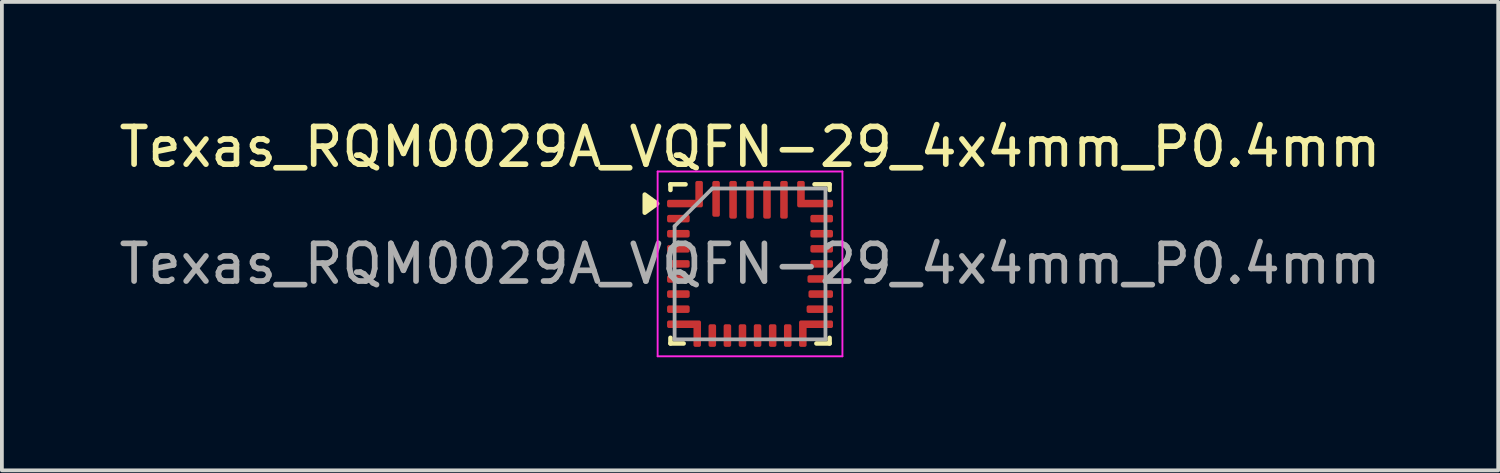
<source format=kicad_pcb>
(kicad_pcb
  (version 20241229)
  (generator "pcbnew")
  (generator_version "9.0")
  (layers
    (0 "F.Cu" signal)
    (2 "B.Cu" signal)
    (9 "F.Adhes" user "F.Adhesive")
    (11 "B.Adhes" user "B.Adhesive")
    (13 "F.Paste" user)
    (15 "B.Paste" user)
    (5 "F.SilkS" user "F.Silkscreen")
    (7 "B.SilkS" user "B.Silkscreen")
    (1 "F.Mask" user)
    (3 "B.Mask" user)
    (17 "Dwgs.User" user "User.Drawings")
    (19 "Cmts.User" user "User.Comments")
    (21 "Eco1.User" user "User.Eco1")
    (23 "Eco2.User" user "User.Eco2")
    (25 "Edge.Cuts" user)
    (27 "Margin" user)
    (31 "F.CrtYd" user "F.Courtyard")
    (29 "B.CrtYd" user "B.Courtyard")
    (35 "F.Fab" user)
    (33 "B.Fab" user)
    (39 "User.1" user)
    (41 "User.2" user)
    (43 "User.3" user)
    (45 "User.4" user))
  (footprint "Texas_RQM0029A_VQFN-29_4x4mm_P0.4mm"
    (layer "F.Cu")
    (at 16.839 3.948)
    (property "Reference" "Texas_RQM0029A_VQFN-29_4x4mm_P0.4mm" (at 0 -3.1 0) (layer "F.SilkS") (effects (font (size 1 1) (thickness 0.15))))
    (attr smd)
    (fp_line (start -2.11 -2.11) (end -1.71 -2.11) (stroke (width 0.12) (type solid)) (layer "F.SilkS"))
    (fp_line (start -2.11 -1.96) (end -2.11 -2.11) (stroke (width 0.12) (type solid)) (layer "F.SilkS"))
    (fp_line (start -2.11 1.96) (end -2.11 2.11) (stroke (width 0.12) (type solid)) (layer "F.SilkS"))
    (fp_line (start -2.11 2.11) (end -1.76 2.11) (stroke (width 0.12) (type solid)) (layer "F.SilkS"))
    (fp_line (start 2.11 -2.11) (end 1.71 -2.11) (stroke (width 0.12) (type solid)) (layer "F.SilkS"))
    (fp_line (start 2.11 -1.96) (end 2.11 -2.11) (stroke (width 0.12) (type solid)) (layer "F.SilkS"))
    (fp_line (start 2.11 1.96) (end 2.11 2.11) (stroke (width 0.12) (type solid)) (layer "F.SilkS"))
    (fp_line (start 2.11 2.11) (end 1.76 2.11) (stroke (width 0.12) (type solid)) (layer "F.SilkS"))
    (fp_poly (pts (xy -2.462 -1.598) (xy -2.792 -1.358) (xy -2.792 -1.838)) (stroke (width 0.12) (type solid)) (fill yes) (layer "F.SilkS"))
    (fp_line (start -2.45 -2.45) (end -2.45 2.45) (stroke (width 0.05) (type solid)) (layer "F.CrtYd"))
    (fp_line (start -2.45 2.45) (end 2.45 2.45) (stroke (width 0.05) (type solid)) (layer "F.CrtYd"))
    (fp_line (start 2.45 -2.45) (end -2.45 -2.45) (stroke (width 0.05) (type solid)) (layer "F.CrtYd"))
    (fp_line (start 2.45 2.45) (end 2.45 -2.45) (stroke (width 0.05) (type solid)) (layer "F.CrtYd"))
    (fp_line (start -2 -1) (end -1 -2) (stroke (width 0.1) (type solid)) (layer "F.Fab"))
    (fp_line (start -2 2) (end -2 -1) (stroke (width 0.1) (type solid)) (layer "F.Fab"))
    (fp_line (start -1 -2) (end 2 -2) (stroke (width 0.1) (type solid)) (layer "F.Fab"))
    (fp_line (start 2 -2) (end 2 2) (stroke (width 0.1) (type solid)) (layer "F.Fab"))
    (fp_line (start 2 2) (end -2 2) (stroke (width 0.1) (type solid)) (layer "F.Fab"))
    (fp_text user "${REFERENCE}" (at 0 0 0) (unlocked yes) (layer "F.Fab") (effects (font (size 1 1) (thickness 0.15))))
    (pad "1" smd custom (at -1.9 -1.6) (size 0.15 0.15) (layers "F.Cu" "F.Mask" "F.Paste") (options (anchor rect)) (primitives (gr_poly (pts (xy 0.45 -0.1) (xy -0.25 -0.1) (xy -0.253 -0.1) (xy -0.255 -0.1) (xy -0.258 -0.099) (xy -0.26 -0.099) (xy -0.263 -0.098) (xy -0.265 -0.098) (xy -0.268 -0.097) (xy -0.27 -0.096) (xy -0.273 -0.095) (xy -0.275 -0.093) (xy -0.277 -0.092) (xy -0.279 -0.09) (xy -0.281 -0.089) (xy -0.283 -0.087) (xy -0.285 -0.085) (xy -0.287 -0.083) (xy -0.289 -0.081) (xy -0.29 -0.079) (xy -0.292 -0.077) (xy -0.293 -0.075) (xy -0.295 -0.073) (xy -0.296 -0.07) (xy -0.297 -0.068) (xy -0.298 -0.065) (xy -0.298 -0.063) (xy -0.299 -0.06) (xy -0.299 -0.058) (xy -0.3 -0.055) (xy -0.3 -0.053) (xy -0.3 -0.05) (xy -0.3 0.05) (xy -0.3 0.053) (xy -0.3 0.055) (xy -0.299 0.058) (xy -0.299 0.06) (xy -0.298 0.063) (xy -0.298 0.065) (xy -0.297 0.068) (xy -0.296 0.07) (xy -0.295 0.073) (xy -0.293 0.075) (xy -0.292 0.077) (xy -0.29 0.079) (xy -0.289 0.081) (xy -0.287 0.083) (xy -0.285 0.085) (xy -0.283 0.087) (xy -0.281 0.089) (xy -0.279 0.09) (xy -0.277 0.092) (xy -0.275 0.093) (xy -0.273 0.095) (xy -0.27 0.096) (xy -0.268 0.097) (xy -0.265 0.098) (xy -0.263 0.098) (xy -0.26 0.099) (xy -0.258 0.099) (xy -0.255 0.1) (xy -0.253 0.1) (xy -0.25 0.1) (xy 0.6 0.1) (xy 0.603 0.1) (xy 0.605 0.1) (xy 0.608 0.099) (xy 0.61 0.099) (xy 0.613 0.098) (xy 0.615 0.098) (xy 0.618 0.097) (xy 0.62 0.096) (xy 0.623 0.095) (xy 0.625 0.093) (xy 0.627 0.092) (xy 0.629 0.09) (xy 0.631 0.089) (xy 0.633 0.087) (xy 0.635 0.085) (xy 0.637 0.083) (xy 0.639 0.081) (xy 0.64 0.079) (xy 0.642 0.077) (xy 0.643 0.075) (xy 0.645 0.073) (xy 0.646 0.07) (xy 0.647 0.068) (xy 0.648 0.065) (xy 0.648 0.063) (xy 0.649 0.06) (xy 0.649 0.058) (xy 0.65 0.055) (xy 0.65 0.053) (xy 0.65 0.05) (xy 0.65 -0.55) (xy 0.65 -0.553) (xy 0.65 -0.555) (xy 0.649 -0.558) (xy 0.649 -0.56) (xy 0.648 -0.563) (xy 0.648 -0.565) (xy 0.647 -0.568) (xy 0.646 -0.57) (xy 0.645 -0.573) (xy 0.643 -0.575) (xy 0.642 -0.577) (xy 0.64 -0.579) (xy 0.639 -0.581) (xy 0.637 -0.583) (xy 0.635 -0.585) (xy 0.633 -0.587) (xy 0.631 -0.589) (xy 0.629 -0.59) (xy 0.627 -0.592) (xy 0.625 -0.593) (xy 0.623 -0.595) (xy 0.62 -0.596) (xy 0.618 -0.597) (xy 0.615 -0.598) (xy 0.613 -0.598) (xy 0.61 -0.599) (xy 0.608 -0.599) (xy 0.605 -0.6) (xy 0.603 -0.6) (xy 0.6 -0.6) (xy 0.5 -0.6) (xy 0.497 -0.6) (xy 0.495 -0.6) (xy 0.492 -0.599) (xy 0.49 -0.599) (xy 0.487 -0.598) (xy 0.485 -0.598) (xy 0.482 -0.597) (xy 0.48 -0.596) (xy 0.477 -0.595) (xy 0.475 -0.593) (xy 0.473 -0.592) (xy 0.471 -0.59) (xy 0.469 -0.589) (xy 0.467 -0.587) (xy 0.465 -0.585) (xy 0.463 -0.583) (xy 0.461 -0.581) (xy 0.46 -0.579) (xy 0.458 -0.577) (xy 0.457 -0.575) (xy 0.455 -0.573) (xy 0.454 -0.57) (xy 0.453 -0.568) (xy 0.452 -0.565) (xy 0.452 -0.563) (xy 0.451 -0.56) (xy 0.451 -0.558) (xy 0.45 -0.555) (xy 0.45 -0.553) (xy 0.45 -0.55) (xy 0.45 -0.1)) (width 0) (fill yes))))
    (pad "2" smd roundrect (at -1.9 -1.2) (size 0.6 0.2) (layers "F.Cu" "F.Mask" "F.Paste") (roundrect_rratio 0.25))
    (pad "3" smd roundrect (at -1.9 -0.8) (size 0.6 0.2) (layers "F.Cu" "F.Mask" "F.Paste") (roundrect_rratio 0.25))
    (pad "4" smd roundrect (at -1.9 -0.4) (size 0.6 0.2) (layers "F.Cu" "F.Mask" "F.Paste") (roundrect_rratio 0.25))
    (pad "5" smd roundrect (at -1.9 0) (size 0.6 0.2) (layers "F.Cu" "F.Mask" "F.Paste") (roundrect_rratio 0.25))
    (pad "6" smd roundrect (at -1.9 0.4) (size 0.6 0.2) (layers "F.Cu" "F.Mask" "F.Paste") (roundrect_rratio 0.25))
    (pad "7" smd roundrect (at -1.9 0.8) (size 0.6 0.2) (layers "F.Cu" "F.Mask" "F.Paste") (roundrect_rratio 0.25))
    (pad "8" smd roundrect (at -1.9 1.2) (size 0.6 0.2) (layers "F.Cu" "F.Mask" "F.Paste") (roundrect_rratio 0.25))
    (pad "9" smd custom (at -1.4 1.85) (size 0.15 0.15) (layers "F.Cu" "F.Mask" "F.Paste") (options (anchor rect)) (primitives (gr_poly (pts (xy -0.1 -0.15) (xy -0.75 -0.15) (xy -0.753 -0.15) (xy -0.755 -0.15) (xy -0.758 -0.151) (xy -0.76 -0.151) (xy -0.763 -0.152) (xy -0.765 -0.152) (xy -0.768 -0.153) (xy -0.77 -0.154) (xy -0.773 -0.155) (xy -0.775 -0.157) (xy -0.777 -0.158) (xy -0.779 -0.16) (xy -0.781 -0.161) (xy -0.783 -0.163) (xy -0.785 -0.165) (xy -0.787 -0.167) (xy -0.789 -0.169) (xy -0.79 -0.171) (xy -0.792 -0.173) (xy -0.793 -0.175) (xy -0.795 -0.177) (xy -0.796 -0.18) (xy -0.797 -0.182) (xy -0.798 -0.185) (xy -0.798 -0.187) (xy -0.799 -0.19) (xy -0.799 -0.192) (xy -0.8 -0.195) (xy -0.8 -0.197) (xy -0.8 -0.2) (xy -0.8 -0.3) (xy -0.8 -0.303) (xy -0.8 -0.305) (xy -0.799 -0.308) (xy -0.799 -0.31) (xy -0.798 -0.313) (xy -0.798 -0.315) (xy -0.797 -0.318) (xy -0.796 -0.32) (xy -0.795 -0.323) (xy -0.793 -0.325) (xy -0.792 -0.327) (xy -0.79 -0.329) (xy -0.789 -0.331) (xy -0.787 -0.333) (xy -0.785 -0.335) (xy -0.783 -0.337) (xy -0.781 -0.339) (xy -0.779 -0.34) (xy -0.777 -0.342) (xy -0.775 -0.343) (xy -0.773 -0.345) (xy -0.77 -0.346) (xy -0.768 -0.347) (xy -0.765 -0.348) (xy -0.763 -0.348) (xy -0.76 -0.349) (xy -0.758 -0.349) (xy -0.755 -0.35) (xy -0.753 -0.35) (xy -0.75 -0.35) (xy 0.05 -0.35) (xy 0.053 -0.35) (xy 0.055 -0.35) (xy 0.058 -0.349) (xy 0.06 -0.349) (xy 0.063 -0.348) (xy 0.065 -0.348) (xy 0.068 -0.347) (xy 0.07 -0.346) (xy 0.073 -0.345) (xy 0.075 -0.343) (xy 0.077 -0.342) (xy 0.079 -0.34) (xy 0.081 -0.339) (xy 0.083 -0.337) (xy 0.085 -0.335) (xy 0.087 -0.333) (xy 0.089 -0.331) (xy 0.09 -0.329) (xy 0.092 -0.327) (xy 0.093 -0.325) (xy 0.095 -0.323) (xy 0.096 -0.32) (xy 0.097 -0.318) (xy 0.098 -0.315) (xy 0.098 -0.313) (xy 0.099 -0.31) (xy 0.099 -0.308) (xy 0.1 -0.305) (xy 0.1 -0.303) (xy 0.1 -0.3) (xy 0.1 0.3) (xy 0.1 0.303) (xy 0.1 0.305) (xy 0.099 0.308) (xy 0.099 0.31) (xy 0.098 0.313) (xy 0.098 0.315) (xy 0.097 0.318) (xy 0.096 0.32) (xy 0.095 0.323) (xy 0.093 0.325) (xy 0.092 0.327) (xy 0.09 0.329) (xy 0.089 0.331) (xy 0.087 0.333) (xy 0.085 0.335) (xy 0.083 0.337) (xy 0.081 0.339) (xy 0.079 0.34) (xy 0.077 0.342) (xy 0.075 0.343) (xy 0.073 0.345) (xy 0.07 0.346) (xy 0.068 0.347) (xy 0.065 0.348) (xy 0.063 0.348) (xy 0.06 0.349) (xy 0.058 0.349) (xy 0.055 0.35) (xy 0.053 0.35) (xy 0.05 0.35) (xy -0.05 0.35) (xy -0.053 0.35) (xy -0.055 0.35) (xy -0.058 0.349) (xy -0.06 0.349) (xy -0.063 0.348) (xy -0.065 0.348) (xy -0.068 0.347) (xy -0.07 0.346) (xy -0.073 0.345) (xy -0.075 0.343) (xy -0.077 0.342) (xy -0.079 0.34) (xy -0.081 0.339) (xy -0.083 0.337) (xy -0.085 0.335) (xy -0.087 0.333) (xy -0.089 0.331) (xy -0.09 0.329) (xy -0.092 0.327) (xy -0.093 0.325) (xy -0.095 0.323) (xy -0.096 0.32) (xy -0.097 0.318) (xy -0.098 0.315) (xy -0.098 0.313) (xy -0.099 0.31) (xy -0.099 0.308) (xy -0.1 0.305) (xy -0.1 0.303) (xy -0.1 0.3) (xy -0.1 -0.15)) (width 0) (fill yes))))
    (pad "10" smd roundrect (at -1 1.9) (size 0.2 0.6) (layers "F.Cu" "F.Mask" "F.Paste") (roundrect_rratio 0.25))
    (pad "11" smd roundrect (at -0.6 1.9) (size 0.2 0.6) (layers "F.Cu" "F.Mask" "F.Paste") (roundrect_rratio 0.25))
    (pad "12" smd roundrect (at -0.2 1.9) (size 0.2 0.6) (layers "F.Cu" "F.Mask" "F.Paste") (roundrect_rratio 0.25))
    (pad "13" smd roundrect (at 0.2 1.9) (size 0.2 0.6) (layers "F.Cu" "F.Mask" "F.Paste") (roundrect_rratio 0.25))
    (pad "14" smd roundrect (at 0.6 1.9) (size 0.2 0.6) (layers "F.Cu" "F.Mask" "F.Paste") (roundrect_rratio 0.25))
    (pad "15" smd roundrect (at 1 1.9) (size 0.2 0.6) (layers "F.Cu" "F.Mask" "F.Paste") (roundrect_rratio 0.25))
    (pad "16" smd custom (at 1.85 1.6) (size 0.19 0.19) (layers "F.Cu" "F.Mask" "F.Paste") (options (anchor rect)) (primitives (gr_poly (pts (xy -0.35 0.1) (xy 0.3 0.1) (xy 0.303 0.1) (xy 0.305 0.1) (xy 0.308 0.099) (xy 0.31 0.099) (xy 0.313 0.098) (xy 0.315 0.098) (xy 0.318 0.097) (xy 0.32 0.096) (xy 0.323 0.095) (xy 0.325 0.093) (xy 0.327 0.092) (xy 0.329 0.09) (xy 0.331 0.089) (xy 0.333 0.087) (xy 0.335 0.085) (xy 0.337 0.083) (xy 0.339 0.081) (xy 0.34 0.079) (xy 0.342 0.077) (xy 0.343 0.075) (xy 0.345 0.073) (xy 0.346 0.07) (xy 0.347 0.068) (xy 0.348 0.065) (xy 0.348 0.063) (xy 0.349 0.06) (xy 0.349 0.058) (xy 0.35 0.055) (xy 0.35 0.053) (xy 0.35 0.05) (xy 0.35 -0.05) (xy 0.35 -0.053) (xy 0.35 -0.055) (xy 0.349 -0.058) (xy 0.349 -0.06) (xy 0.348 -0.063) (xy 0.348 -0.065) (xy 0.347 -0.068) (xy 0.346 -0.07) (xy 0.345 -0.073) (xy 0.343 -0.075) (xy 0.342 -0.077) (xy 0.34 -0.079) (xy 0.339 -0.081) (xy 0.337 -0.083) (xy 0.335 -0.085) (xy 0.333 -0.087) (xy 0.331 -0.089) (xy 0.329 -0.09) (xy 0.327 -0.092) (xy 0.325 -0.093) (xy 0.323 -0.095) (xy 0.32 -0.096) (xy 0.318 -0.097) (xy 0.315 -0.098) (xy 0.313 -0.098) (xy 0.31 -0.099) (xy 0.308 -0.099) (xy 0.305 -0.1) (xy 0.303 -0.1) (xy 0.3 -0.1) (xy -0.5 -0.1) (xy -0.503 -0.1) (xy -0.505 -0.1) (xy -0.508 -0.099) (xy -0.51 -0.099) (xy -0.513 -0.098) (xy -0.515 -0.098) (xy -0.518 -0.097) (xy -0.52 -0.096) (xy -0.523 -0.095) (xy -0.525 -0.093) (xy -0.527 -0.092) (xy -0.529 -0.09) (xy -0.531 -0.089) (xy -0.533 -0.087) (xy -0.535 -0.085) (xy -0.537 -0.083) (xy -0.539 -0.081) (xy -0.54 -0.079) (xy -0.542 -0.077) (xy -0.543 -0.075) (xy -0.545 -0.073) (xy -0.546 -0.07) (xy -0.547 -0.068) (xy -0.548 -0.065) (xy -0.548 -0.063) (xy -0.549 -0.06) (xy -0.549 -0.058) (xy -0.55 -0.055) (xy -0.55 -0.053) (xy -0.55 -0.05) (xy -0.55 0.55) (xy -0.55 0.553) (xy -0.55 0.555) (xy -0.549 0.558) (xy -0.549 0.56) (xy -0.548 0.563) (xy -0.548 0.565) (xy -0.547 0.568) (xy -0.546 0.57) (xy -0.545 0.573) (xy -0.543 0.575) (xy -0.542 0.577) (xy -0.54 0.579) (xy -0.539 0.581) (xy -0.537 0.583) (xy -0.535 0.585) (xy -0.533 0.587) (xy -0.531 0.589) (xy -0.529 0.59) (xy -0.527 0.592) (xy -0.525 0.593) (xy -0.523 0.595) (xy -0.52 0.596) (xy -0.518 0.597) (xy -0.515 0.598) (xy -0.513 0.598) (xy -0.51 0.599) (xy -0.508 0.599) (xy -0.505 0.6) (xy -0.503 0.6) (xy -0.5 0.6) (xy -0.4 0.6) (xy -0.397 0.6) (xy -0.395 0.6) (xy -0.392 0.599) (xy -0.39 0.599) (xy -0.387 0.598) (xy -0.385 0.598) (xy -0.382 0.597) (xy -0.38 0.596) (xy -0.377 0.595) (xy -0.375 0.593) (xy -0.373 0.592) (xy -0.371 0.59) (xy -0.369 0.589) (xy -0.367 0.587) (xy -0.365 0.585) (xy -0.363 0.583) (xy -0.361 0.581) (xy -0.36 0.579) (xy -0.358 0.577) (xy -0.357 0.575) (xy -0.355 0.573) (xy -0.354 0.57) (xy -0.353 0.568) (xy -0.352 0.565) (xy -0.352 0.563) (xy -0.351 0.56) (xy -0.351 0.558) (xy -0.35 0.555) (xy -0.35 0.553) (xy -0.35 0.55) (xy -0.35 0.1)) (width 0) (fill yes))))
    (pad "17" smd roundrect (at 1.85 1.2) (size 0.7 0.2) (layers "F.Cu" "F.Mask" "F.Paste") (roundrect_rratio 0.25))
    (pad "18" smd roundrect (at 1.875 0.8) (size 0.65 0.2) (layers "F.Cu" "F.Mask" "F.Paste") (roundrect_rratio 0.25))
    (pad "19" smd roundrect (at 1.863 0.4) (size 0.68 0.2) (layers "F.Cu" "F.Mask" "F.Paste") (roundrect_rratio 0.25))
    (pad "20" smd roundrect (at 1.9 0) (size 0.6 0.2) (layers "F.Cu" "F.Mask" "F.Paste") (roundrect_rratio 0.25))
    (pad "21" smd roundrect (at 1.9 -0.4) (size 0.6 0.2) (layers "F.Cu" "F.Mask" "F.Paste") (roundrect_rratio 0.25))
    (pad "22" smd roundrect (at 1.9 -0.8) (size 0.6 0.2) (layers "F.Cu" "F.Mask" "F.Paste") (roundrect_rratio 0.25))
    (pad "23" smd roundrect (at 1.9 -1.2) (size 0.6 0.2) (layers "F.Cu" "F.Mask" "F.Paste") (roundrect_rratio 0.25))
    (pad "24" smd custom (at 1.863 -1.6) (size 0.15 0.15) (layers "F.Cu" "F.Mask" "F.Paste") (options (anchor rect)) (primitives (gr_poly (pts (xy -0.412 -0.1) (xy 0.287 -0.1) (xy 0.29 -0.1) (xy 0.292 -0.1) (xy 0.295 -0.099) (xy 0.297 -0.099) (xy 0.3 -0.098) (xy 0.302 -0.098) (xy 0.305 -0.097) (xy 0.307 -0.096) (xy 0.31 -0.095) (xy 0.312 -0.093) (xy 0.315 -0.092) (xy 0.317 -0.09) (xy 0.319 -0.089) (xy 0.321 -0.087) (xy 0.323 -0.085) (xy 0.325 -0.083) (xy 0.327 -0.081) (xy 0.328 -0.079) (xy 0.33 -0.077) (xy 0.331 -0.075) (xy 0.333 -0.073) (xy 0.334 -0.07) (xy 0.335 -0.068) (xy 0.336 -0.065) (xy 0.336 -0.063) (xy 0.337 -0.06) (xy 0.337 -0.058) (xy 0.338 -0.055) (xy 0.338 -0.053) (xy 0.338 -0.05) (xy 0.338 0.05) (xy 0.338 0.053) (xy 0.338 0.055) (xy 0.337 0.058) (xy 0.337 0.06) (xy 0.336 0.063) (xy 0.336 0.065) (xy 0.335 0.068) (xy 0.334 0.07) (xy 0.333 0.073) (xy 0.331 0.075) (xy 0.33 0.077) (xy 0.328 0.079) (xy 0.327 0.081) (xy 0.325 0.083) (xy 0.323 0.085) (xy 0.321 0.087) (xy 0.319 0.089) (xy 0.317 0.09) (xy 0.315 0.092) (xy 0.312 0.093) (xy 0.31 0.095) (xy 0.307 0.096) (xy 0.305 0.097) (xy 0.302 0.098) (xy 0.3 0.098) (xy 0.297 0.099) (xy 0.295 0.099) (xy 0.292 0.1) (xy 0.29 0.1) (xy 0.287 0.1) (xy -0.562 0.1) (xy -0.566 0.1) (xy -0.568 0.1) (xy -0.571 0.099) (xy -0.573 0.099) (xy -0.576 0.098) (xy -0.578 0.098) (xy -0.581 0.097) (xy -0.583 0.096) (xy -0.586 0.095) (xy -0.588 0.093) (xy -0.59 0.092) (xy -0.592 0.09) (xy -0.594 0.089) (xy -0.596 0.087) (xy -0.598 0.085) (xy -0.6 0.083) (xy -0.602 0.081) (xy -0.603 0.079) (xy -0.605 0.077) (xy -0.606 0.075) (xy -0.608 0.073) (xy -0.609 0.07) (xy -0.61 0.068) (xy -0.611 0.065) (xy -0.611 0.063) (xy -0.612 0.06) (xy -0.612 0.058) (xy -0.613 0.055) (xy -0.613 0.053) (xy -0.613 0.05) (xy -0.613 -0.55) (xy -0.613 -0.553) (xy -0.613 -0.555) (xy -0.612 -0.558) (xy -0.612 -0.56) (xy -0.611 -0.563) (xy -0.611 -0.565) (xy -0.61 -0.568) (xy -0.609 -0.57) (xy -0.608 -0.573) (xy -0.606 -0.575) (xy -0.605 -0.577) (xy -0.603 -0.579) (xy -0.602 -0.581) (xy -0.6 -0.583) (xy -0.598 -0.585) (xy -0.596 -0.587) (xy -0.594 -0.589) (xy -0.592 -0.59) (xy -0.59 -0.592) (xy -0.588 -0.593) (xy -0.586 -0.595) (xy -0.583 -0.596) (xy -0.581 -0.597) (xy -0.578 -0.598) (xy -0.576 -0.598) (xy -0.573 -0.599) (xy -0.571 -0.599) (xy -0.568 -0.6) (xy -0.566 -0.6) (xy -0.562 -0.6) (xy -0.463 -0.6) (xy -0.46 -0.6) (xy -0.458 -0.6) (xy -0.455 -0.599) (xy -0.453 -0.599) (xy -0.45 -0.598) (xy -0.448 -0.598) (xy -0.445 -0.597) (xy -0.443 -0.596) (xy -0.44 -0.595) (xy -0.438 -0.593) (xy -0.435 -0.592) (xy -0.433 -0.59) (xy -0.431 -0.589) (xy -0.429 -0.587) (xy -0.427 -0.585) (xy -0.425 -0.583) (xy -0.423 -0.581) (xy -0.422 -0.579) (xy -0.42 -0.577) (xy -0.419 -0.575) (xy -0.417 -0.573) (xy -0.416 -0.57) (xy -0.415 -0.568) (xy -0.414 -0.565) (xy -0.414 -0.563) (xy -0.413 -0.56) (xy -0.413 -0.558) (xy -0.412 -0.555) (xy -0.412 -0.553) (xy -0.412 -0.55) (xy -0.412 -0.1)) (width 0) (fill yes))))
    (pad "25" smd roundrect (at 0.9 -1.7) (size 0.2 1) (layers "F.Cu" "F.Mask" "F.Paste") (roundrect_rratio 0.25))
    (pad "26" smd roundrect (at 0.45 -1.7) (size 0.2 1) (layers "F.Cu" "F.Mask" "F.Paste") (roundrect_rratio 0.25))
    (pad "27" smd roundrect (at 0 -1.7) (size 0.2 1) (layers "F.Cu" "F.Mask" "F.Paste") (roundrect_rratio 0.25))
    (pad "28" smd roundrect (at -0.45 -1.7) (size 0.2 1) (layers "F.Cu" "F.Mask" "F.Paste") (roundrect_rratio 0.25))
    (pad "29" smd roundrect (at -0.9 -1.725) (size 0.2 0.95) (layers "F.Cu" "F.Mask" "F.Paste") (roundrect_rratio 0.25)))
  (gr_rect
    (start -3 -3)
    (end 36.679 9.423)
    (stroke (width 0.1) (type default))
    (fill no)
    (layer "Edge.Cuts")))
</source>
